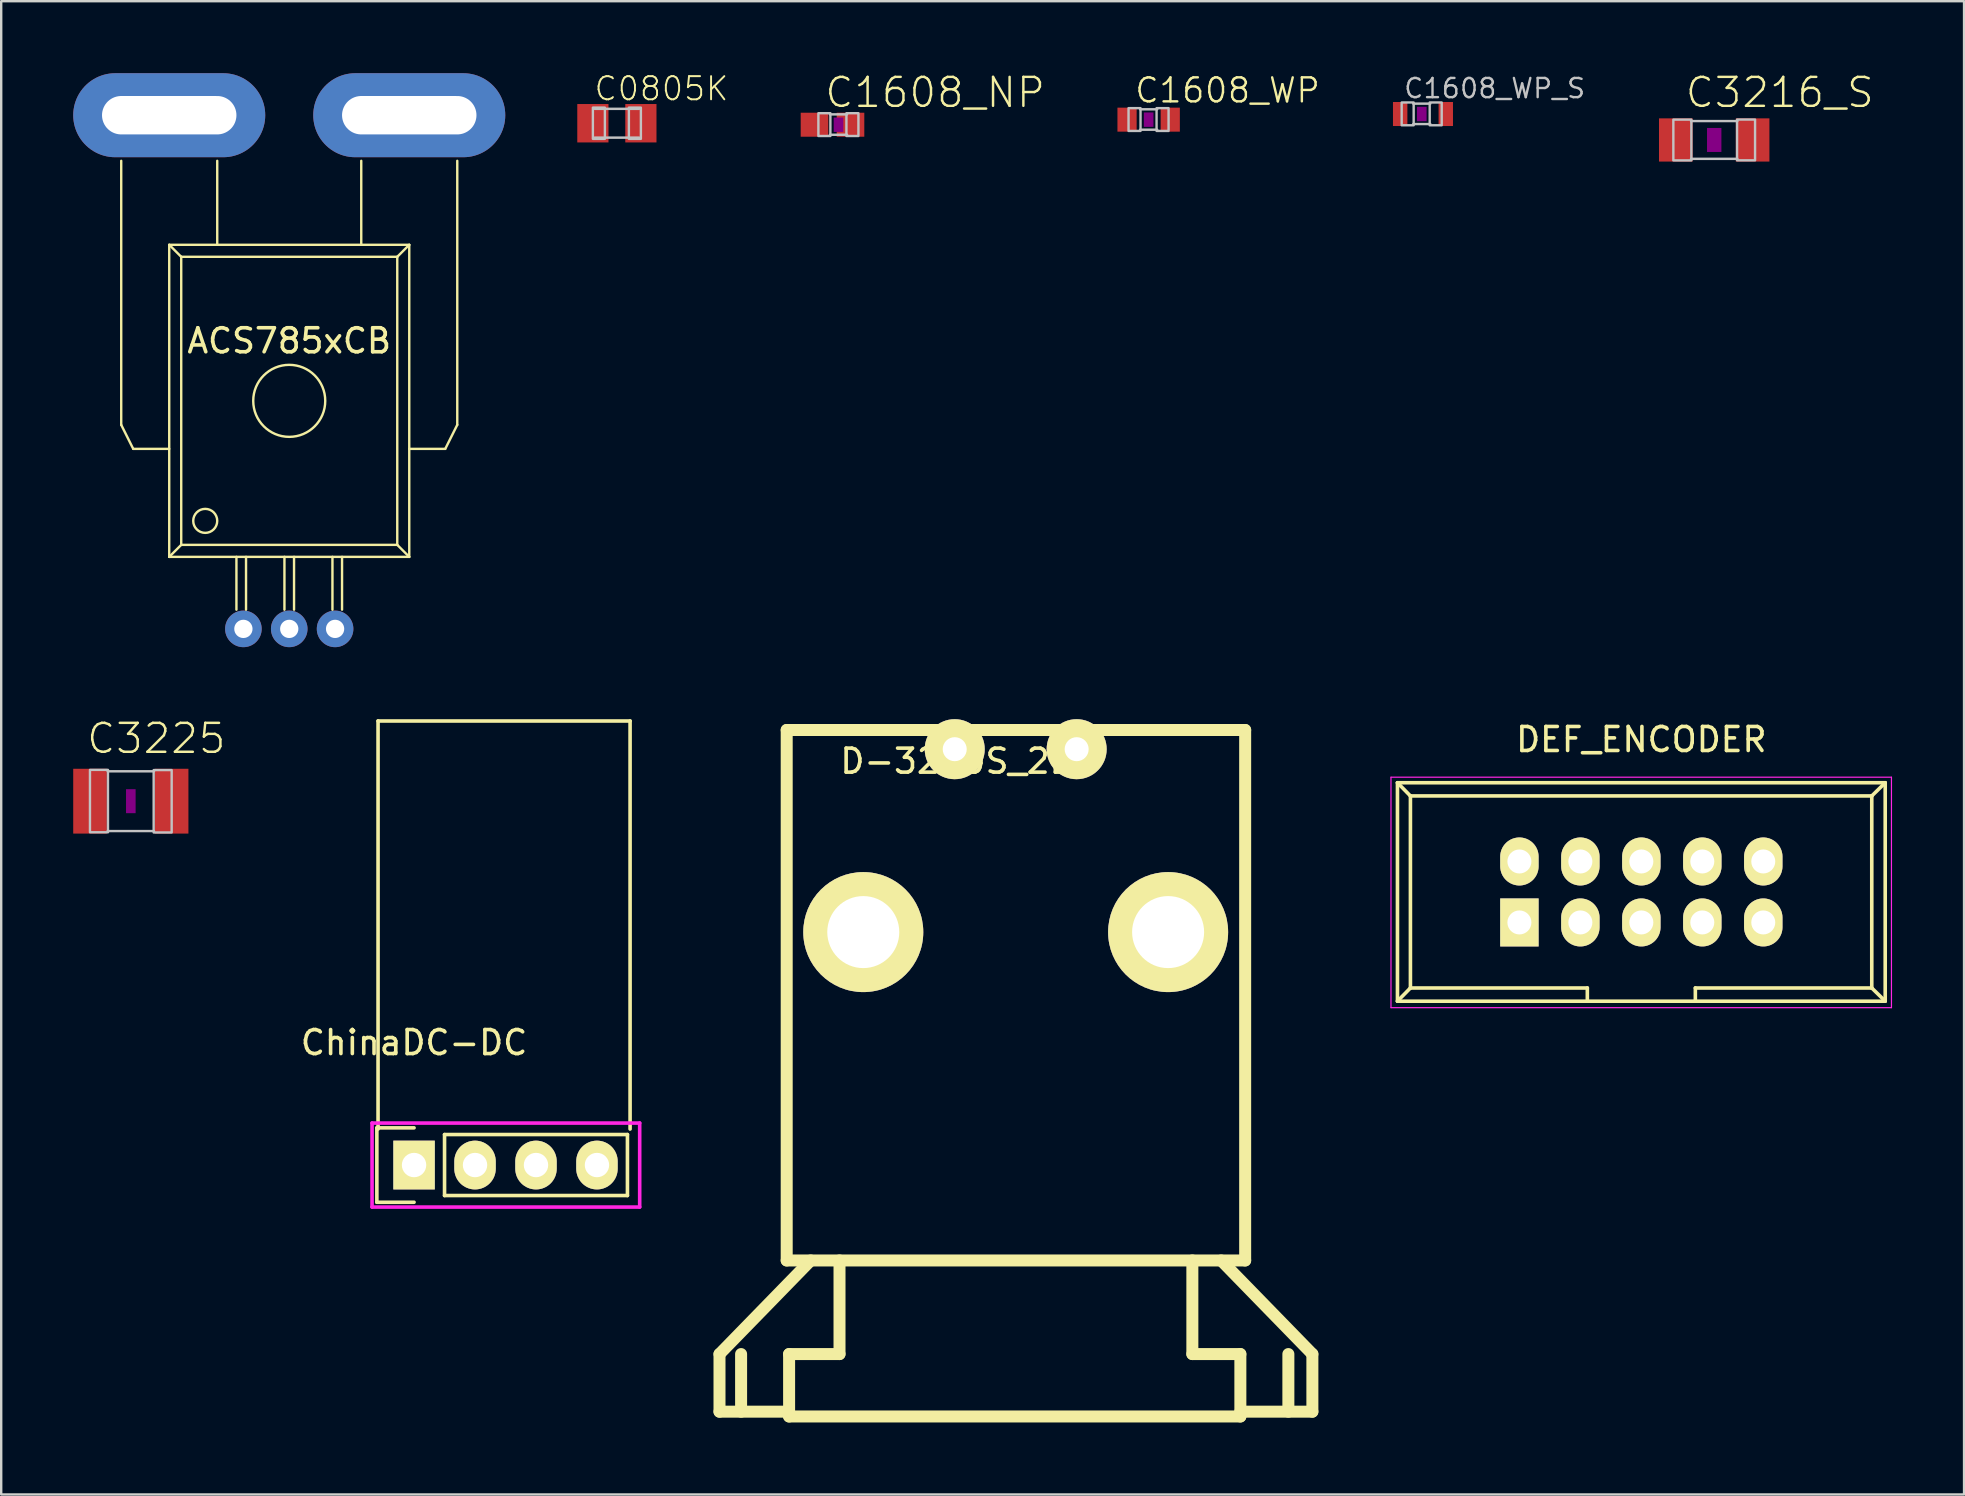
<source format=kicad_pcb>
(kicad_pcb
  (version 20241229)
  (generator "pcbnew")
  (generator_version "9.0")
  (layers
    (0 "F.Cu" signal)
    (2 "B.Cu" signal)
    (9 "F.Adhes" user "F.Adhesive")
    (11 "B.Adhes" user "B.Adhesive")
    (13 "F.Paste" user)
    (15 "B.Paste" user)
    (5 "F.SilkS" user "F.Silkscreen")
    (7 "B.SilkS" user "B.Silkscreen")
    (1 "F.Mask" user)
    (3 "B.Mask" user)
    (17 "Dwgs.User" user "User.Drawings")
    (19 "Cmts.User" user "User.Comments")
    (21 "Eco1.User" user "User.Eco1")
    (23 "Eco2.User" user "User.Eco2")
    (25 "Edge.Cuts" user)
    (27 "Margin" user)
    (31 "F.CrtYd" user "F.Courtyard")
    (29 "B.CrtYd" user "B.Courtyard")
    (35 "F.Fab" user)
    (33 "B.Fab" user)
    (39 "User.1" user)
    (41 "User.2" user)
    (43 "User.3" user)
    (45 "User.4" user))
  (footprint "ChinaDC-DC"
    (layer "F.Cu")
    (at 14.2 45.487)
    (property "Reference" "ChinaDC-DC" (at 0 -5.1 0) (layer "F.SilkS") (effects (font (size 1 1) (thickness 0.15))))
    (attr through_hole)
    (fp_line (start -1.55 -1.55) (end -1.55 1.55) (stroke (width 0.15) (type solid)) (layer "F.SilkS"))
    (fp_line (start -1.55 1.55) (end 0 1.55) (stroke (width 0.15) (type solid)) (layer "F.SilkS"))
    (fp_line (start -1.5 -1.5) (end -1.5 -18.5) (stroke (width 0.15) (type solid)) (layer "F.SilkS"))
    (fp_line (start 0 -1.55) (end -1.55 -1.55) (stroke (width 0.15) (type solid)) (layer "F.SilkS"))
    (fp_line (start 1.27 -1.27) (end 8.89 -1.27) (stroke (width 0.15) (type solid)) (layer "F.SilkS"))
    (fp_line (start 1.27 1.27) (end 1.27 -1.27) (stroke (width 0.15) (type solid)) (layer "F.SilkS"))
    (fp_line (start 1.27 1.27) (end 8.89 1.27) (stroke (width 0.15) (type solid)) (layer "F.SilkS"))
    (fp_line (start 8.89 -1.27) (end 8.89 1.27) (stroke (width 0.15) (type solid)) (layer "F.SilkS"))
    (fp_line (start 9 -18.5) (end -1.5 -18.5) (stroke (width 0.15) (type solid)) (layer "F.SilkS"))
    (fp_line (start 9 -1.5) (end 9 -18.5) (stroke (width 0.15) (type solid)) (layer "F.SilkS"))
    (fp_line (start -1.75 -1.75) (end -1.75 1.75) (stroke (width 0.15) (type solid)) (layer "F.CrtYd"))
    (fp_line (start -1.75 -1.75) (end 9.4 -1.75) (stroke (width 0.15) (type solid)) (layer "F.CrtYd"))
    (fp_line (start -1.75 1.75) (end 9.4 1.75) (stroke (width 0.15) (type solid)) (layer "F.CrtYd"))
    (fp_line (start 9.4 -1.75) (end 9.4 1.75) (stroke (width 0.15) (type solid)) (layer "F.CrtYd"))
    (pad "1" thru_hole rect (at 0 0) (size 1.727 2.032) (drill 1.016) (layers "*.Cu" "*.Mask" "F.SilkS"))
    (pad "2" thru_hole oval (at 2.54 0) (size 1.727 2.032) (drill 1.016) (layers "*.Cu" "*.Mask" "F.SilkS"))
    (pad "3" thru_hole oval (at 5.08 0) (size 1.727 2.032) (drill 1.016) (layers "*.Cu" "*.Mask" "F.SilkS"))
    (pad "4" thru_hole oval (at 7.62 0) (size 1.727 2.032) (drill 1.016) (layers "*.Cu" "*.Mask" "F.SilkS")))
  (footprint "C1608_WP"
    (layer "F.Cu")
    (at 44.804 1.935)
    (property "Reference" "C1608_WP" (at -0.635 -0.635 0) (layer "F.SilkS") (effects (font (size 1 1) (thickness 0.1)) (justify left bottom)))
    (attr through_hole)
    (fp_poly (pts (xy -0.2 0.3) (xy 0.2 0.3) (xy 0.2 -0.3) (xy -0.2 -0.3)) (stroke (width 0) (type solid)) (fill yes) (layer "F.Adhes"))
    (fp_line (start -0.356 -0.432) (end 0.356 -0.432) (stroke (width 0.102) (type solid)) (layer "Dwgs.User"))
    (fp_line (start -0.356 0.419) (end 0.356 0.419) (stroke (width 0.102) (type solid)) (layer "Dwgs.User"))
    (fp_poly (pts (xy -0.838 0.47) (xy -0.338 0.47) (xy -0.338 -0.48) (xy -0.838 -0.48)) (stroke (width 0.1) (type solid)) (fill no) (layer "Dwgs.User"))
    (fp_poly (pts (xy 0.33 0.47) (xy 0.83 0.47) (xy 0.83 -0.48) (xy 0.33 -0.48)) (stroke (width 0.1) (type solid)) (fill no) (layer "Dwgs.User"))
    (pad "1" smd rect (at -0.9 0) (size 0.8 1) (layers "F.Cu" "F.Mask" "F.Paste"))
    (pad "2" smd rect (at 0.9 0) (size 0.8 1) (layers "F.Cu" "F.Mask" "F.Paste")))
  (footprint "C3225"
    (layer "F.Cu")
    (at 2.4 30.328)
    (property "Reference" "C3225" (at -1.905 -1.905 0) (layer "F.SilkS") (effects (font (size 1.206 1.206) (thickness 0.102)) (justify left bottom)))
    (attr through_hole)
    (fp_poly (pts (xy -0.2 0.5) (xy 0.2 0.5) (xy 0.2 -0.5) (xy -0.2 -0.5)) (stroke (width 0) (type solid)) (fill yes) (layer "F.Adhes"))
    (fp_line (start -0.965 -1.245) (end 0.965 -1.245) (stroke (width 0.102) (type solid)) (layer "Dwgs.User"))
    (fp_line (start -0.965 1.245) (end 0.965 1.245) (stroke (width 0.102) (type solid)) (layer "Dwgs.User"))
    (fp_poly (pts (xy -1.702 1.295) (xy -0.952 1.295) (xy -0.952 -1.304) (xy -1.702 -1.304)) (stroke (width 0.1) (type solid)) (fill no) (layer "Dwgs.User"))
    (fp_poly (pts (xy 0.952 1.304) (xy 1.702 1.304) (xy 1.702 -1.295) (xy 0.952 -1.295)) (stroke (width 0.1) (type solid)) (fill no) (layer "Dwgs.User"))
    (pad "1" smd rect (at -1.7 0) (size 1.4 2.7) (layers "F.Cu" "F.Mask" "F.Paste"))
    (pad "2" smd rect (at 1.7 0) (size 1.4 2.7) (layers "F.Cu" "F.Mask" "F.Paste")))
  (footprint "D-3200S_2L"
    (layer "F.Cu")
    (at 36.725 28.162)
    (property "Reference" "D-3200S_2L" (at 0 0.5 0) (layer "F.SilkS") (effects (font (size 1 1) (thickness 0.15))))
    (attr through_hole)
    (fp_line (start -9.8 25.2) (end -6 21.3) (stroke (width 0.5) (type solid)) (layer "F.SilkS"))
    (fp_line (start -9.8 27.6) (end -9.8 25.2) (stroke (width 0.5) (type solid)) (layer "F.SilkS"))
    (fp_line (start -8.9 25.2) (end -8.9 27.6) (stroke (width 0.5) (type solid)) (layer "F.SilkS"))
    (fp_line (start -7 -0.8) (end -7 21.3) (stroke (width 0.5) (type solid)) (layer "F.SilkS"))
    (fp_line (start -7 -0.8) (end 12.1 -0.8) (stroke (width 0.5) (type solid)) (layer "F.SilkS"))
    (fp_line (start -6.9 25.2) (end -6.9 27.8) (stroke (width 0.5) (type solid)) (layer "F.SilkS"))
    (fp_line (start -6.9 25.2) (end -4.8 25.2) (stroke (width 0.5) (type solid)) (layer "F.SilkS"))
    (fp_line (start -6.9 27.6) (end -9.8 27.6) (stroke (width 0.5) (type solid)) (layer "F.SilkS"))
    (fp_line (start -6.9 27.8) (end 11.9 27.8) (stroke (width 0.5) (type solid)) (layer "F.SilkS"))
    (fp_line (start -4.8 25.2) (end -4.8 21.3) (stroke (width 0.5) (type solid)) (layer "F.SilkS"))
    (fp_line (start 9.9 25.2) (end 9.9 21.3) (stroke (width 0.5) (type solid)) (layer "F.SilkS"))
    (fp_line (start 11.9 25.2) (end 9.9 25.2) (stroke (width 0.5) (type solid)) (layer "F.SilkS"))
    (fp_line (start 11.9 25.2) (end 11.9 27.8) (stroke (width 0.5) (type solid)) (layer "F.SilkS"))
    (fp_line (start 11.9 27.6) (end 14.9 27.6) (stroke (width 0.5) (type solid)) (layer "F.SilkS"))
    (fp_line (start 12.1 -0.8) (end 12.1 21.3) (stroke (width 0.5) (type solid)) (layer "F.SilkS"))
    (fp_line (start 12.1 21.3) (end -7 21.3) (stroke (width 0.5) (type solid)) (layer "F.SilkS"))
    (fp_line (start 13.9 25.2) (end 13.9 27.6) (stroke (width 0.5) (type solid)) (layer "F.SilkS"))
    (fp_line (start 14.9 25.2) (end 11.1 21.3) (stroke (width 0.5) (type solid)) (layer "F.SilkS"))
    (fp_line (start 14.9 27.6) (end 14.9 25.2) (stroke (width 0.5) (type solid)) (layer "F.SilkS"))
    (pad "" thru_hole circle (at -3.81 7.62) (size 5 5) (drill 3) (layers "*.Cu" "*.Mask" "F.SilkS"))
    (pad "" thru_hole circle (at 8.89 7.62) (size 5 5) (drill 3) (layers "*.Cu" "*.Mask" "F.SilkS"))
    (pad "1" thru_hole circle (at 0 0) (size 2.5 2.5) (drill 1) (layers "*.Cu" "*.Mask" "F.SilkS"))
    (pad "2" thru_hole circle (at 5.08 0) (size 2.5 2.5) (drill 1) (layers "*.Cu" "*.Mask" "F.SilkS")))
  (footprint "C1608_NP"
    (layer "F.Cu")
    (at 31.883 2.146)
    (property "Reference" "C1608_NP" (at -0.635 -0.635 0) (layer "F.SilkS") (effects (font (size 1.206 1.206) (thickness 0.102)) (justify left bottom)))
    (attr through_hole)
    (fp_poly (pts (xy -0.2 0.3) (xy 0.2 0.3) (xy 0.2 -0.3) (xy -0.2 -0.3)) (stroke (width 0) (type solid)) (fill yes) (layer "F.Adhes"))
    (fp_line (start -0.356 -0.432) (end 0.356 -0.432) (stroke (width 0.102) (type solid)) (layer "Dwgs.User"))
    (fp_line (start -0.356 0.419) (end 0.356 0.419) (stroke (width 0.102) (type solid)) (layer "Dwgs.User"))
    (fp_poly (pts (xy -0.838 0.47) (xy -0.338 0.47) (xy -0.338 -0.48) (xy -0.838 -0.48)) (stroke (width 0.1) (type solid)) (fill no) (layer "Dwgs.User"))
    (fp_poly (pts (xy 0.33 0.47) (xy 0.83 0.47) (xy 0.83 -0.48) (xy 0.33 -0.48)) (stroke (width 0.1) (type solid)) (fill no) (layer "Dwgs.User"))
    (pad "1" smd rect (at -1 0) (size 1.15 1) (layers "F.Cu" "F.Mask" "F.Paste"))
    (pad "2" smd rect (at 0.5 0) (size 1.15 1) (layers "F.Cu" "F.Mask" "F.Paste")))
  (footprint "C3216_S"
    (layer "F.Cu")
    (at 68.366 2.781)
    (property "Reference" "C3216_S" (at -1.27 -1.27 0) (layer "F.SilkS") (effects (font (size 1.206 1.206) (thickness 0.102)) (justify left bottom)))
    (attr through_hole)
    (fp_poly (pts (xy -0.3 0.5) (xy 0.3 0.5) (xy 0.3 -0.5) (xy -0.3 -0.5)) (stroke (width 0) (type solid)) (fill yes) (layer "F.Adhes"))
    (fp_line (start -0.965 -0.787) (end 0.965 -0.787) (stroke (width 0.102) (type solid)) (layer "Dwgs.User"))
    (fp_line (start -0.965 0.787) (end 0.965 0.787) (stroke (width 0.102) (type solid)) (layer "Dwgs.User"))
    (fp_poly (pts (xy -1.702 0.851) (xy -0.952 0.851) (xy -0.952 -0.849) (xy -1.702 -0.849)) (stroke (width 0.1) (type solid)) (fill no) (layer "Dwgs.User"))
    (fp_poly (pts (xy 0.952 0.849) (xy 1.702 0.849) (xy 1.702 -0.851) (xy 0.952 -0.851)) (stroke (width 0.1) (type solid)) (fill no) (layer "Dwgs.User"))
    (pad "1" smd rect (at -1.6 0) (size 1.4 1.8) (layers "F.Cu" "F.Mask" "F.Paste"))
    (pad "2" smd rect (at 1.6 0) (size 1.4 1.8) (layers "F.Cu" "F.Mask" "F.Paste")))
  (footprint "C0805K"
    (layer "F.Cu")
    (at 22.65 2.084)
    (property "Reference" "C0805K" (at -1 -0.875 0) (layer "F.SilkS") (effects (font (size 0.965 0.965) (thickness 0.081)) (justify left bottom)))
    (attr through_hole)
    (fp_line (start -0.925 -0.6) (end 0.925 -0.6) (stroke (width 0.102) (type solid)) (layer "Dwgs.User"))
    (fp_line (start 0.925 0.6) (end -0.925 0.6) (stroke (width 0.102) (type solid)) (layer "Dwgs.User"))
    (fp_poly (pts (xy -1 0.65) (xy -0.5 0.65) (xy -0.5 -0.65) (xy -1 -0.65)) (stroke (width 0.1) (type solid)) (fill no) (layer "Dwgs.User"))
    (fp_poly (pts (xy 0.5 0.65) (xy 1 0.65) (xy 1 -0.65) (xy 0.5 -0.65)) (stroke (width 0.1) (type solid)) (fill no) (layer "Dwgs.User"))
    (pad "1" smd rect (at -1 0) (size 1.3 1.6) (layers "F.Cu" "F.Mask" "F.Paste"))
    (pad "2" smd rect (at 1 0) (size 1.3 1.6) (layers "F.Cu" "F.Mask" "F.Paste")))
  (footprint "ACS785xCB"
    (layer "F.Cu")
    (at 9 23.15)
    (property "Reference" "ACS785xCB" (at 0 -12 0) (layer "F.SilkS") (effects (font (size 1 1) (thickness 0.15))))
    (attr through_hole)
    (fp_line (start -7 -8.5) (end -7 -19.5) (stroke (width 0.1) (type solid)) (layer "F.SilkS"))
    (fp_line (start -7 -8.5) (end -6.5 -7.5) (stroke (width 0.1) (type solid)) (layer "F.SilkS"))
    (fp_line (start -6.5 -7.5) (end -5 -7.5) (stroke (width 0.1) (type solid)) (layer "F.SilkS"))
    (fp_line (start -5 -16) (end -5 -3) (stroke (width 0.1) (type solid)) (layer "F.SilkS"))
    (fp_line (start -5 -16) (end -4.5 -15.5) (stroke (width 0.1) (type solid)) (layer "F.SilkS"))
    (fp_line (start -5 -16) (end 5 -16) (stroke (width 0.1) (type solid)) (layer "F.SilkS"))
    (fp_line (start -4.5 -15.5) (end 4.5 -15.5) (stroke (width 0.1) (type solid)) (layer "F.SilkS"))
    (fp_line (start -4.5 -3.5) (end -5 -3) (stroke (width 0.1) (type solid)) (layer "F.SilkS"))
    (fp_line (start -4.5 -3.5) (end -4.5 -15.5) (stroke (width 0.1) (type solid)) (layer "F.SilkS"))
    (fp_line (start -3 -19.5) (end -3 -16) (stroke (width 0.1) (type solid)) (layer "F.SilkS"))
    (fp_line (start -2.2 -3) (end -2.2 -0.8) (stroke (width 0.1) (type solid)) (layer "F.SilkS"))
    (fp_line (start -1.8 -3) (end -1.8 -0.8) (stroke (width 0.1) (type solid)) (layer "F.SilkS"))
    (fp_line (start -0.2 -3) (end -0.2 -0.8) (stroke (width 0.1) (type solid)) (layer "F.SilkS"))
    (fp_line (start 0.2 -3) (end 0.2 -0.8) (stroke (width 0.1) (type solid)) (layer "F.SilkS"))
    (fp_line (start 1.8 -3) (end 1.8 -0.8) (stroke (width 0.1) (type solid)) (layer "F.SilkS"))
    (fp_line (start 2.2 -3) (end 2.2 -0.8) (stroke (width 0.1) (type solid)) (layer "F.SilkS"))
    (fp_line (start 3 -19.5) (end 3 -16) (stroke (width 0.1) (type solid)) (layer "F.SilkS"))
    (fp_line (start 4.5 -15.5) (end 4.5 -3.5) (stroke (width 0.1) (type solid)) (layer "F.SilkS"))
    (fp_line (start 4.5 -15.5) (end 5 -16) (stroke (width 0.1) (type solid)) (layer "F.SilkS"))
    (fp_line (start 4.5 -3.5) (end -4.5 -3.5) (stroke (width 0.1) (type solid)) (layer "F.SilkS"))
    (fp_line (start 4.5 -3.5) (end 5 -3) (stroke (width 0.1) (type solid)) (layer "F.SilkS"))
    (fp_line (start 5 -16) (end 5 -3) (stroke (width 0.1) (type solid)) (layer "F.SilkS"))
    (fp_line (start 5 -3) (end -5 -3) (stroke (width 0.1) (type solid)) (layer "F.SilkS"))
    (fp_line (start 6.5 -7.5) (end 5 -7.5) (stroke (width 0.1) (type solid)) (layer "F.SilkS"))
    (fp_line (start 6.5 -7.5) (end 7 -8.5) (stroke (width 0.1) (type solid)) (layer "F.SilkS"))
    (fp_line (start 7 -8.5) (end 7 -19.5) (stroke (width 0.1) (type solid)) (layer "F.SilkS"))
    (fp_circle (center -3.5 -4.5) (end -3 -4.5) (stroke (width 0.1) (type solid)) (fill no) (layer "F.SilkS"))
    (fp_circle (center 0 -9.5) (end 0 -11) (stroke (width 0.1) (type solid)) (fill no) (layer "F.SilkS"))
    (pad "1" thru_hole circle (at -1.91 0) (size 1.524 1.524) (drill 0.762) (layers "*.Cu" "*.Mask"))
    (pad "2" thru_hole circle (at 0 0) (size 1.524 1.524) (drill 0.762) (layers "*.Cu" "*.Mask"))
    (pad "3" thru_hole circle (at 1.91 0) (size 1.524 1.524) (drill 0.762) (layers "*.Cu" "*.Mask"))
    (pad "4" thru_hole oval (at 5 -21.4) (size 8 3.5) (drill oval 5.6 1.6) (layers "*.Cu" "*.Mask"))
    (pad "5" thru_hole oval (at -5 -21.4) (size 8 3.5) (drill oval 5.6 1.6) (layers "*.Cu" "*.Mask")))
  (footprint "DEF_ENCODER"
    (layer "F.Cu")
    (at 60.25 35.38)
    (property "Reference" "DEF_ENCODER" (at 5.08 -7.62 0) (layer "F.SilkS") (effects (font (size 1 1) (thickness 0.15))))
    (attr through_hole)
    (fp_line (start -5.08 -5.82) (end -5.08 3.28) (stroke (width 0.15) (type solid)) (layer "F.SilkS"))
    (fp_line (start -5.08 -5.82) (end -4.54 -5.27) (stroke (width 0.15) (type solid)) (layer "F.SilkS"))
    (fp_line (start -5.08 -5.82) (end 15.24 -5.82) (stroke (width 0.15) (type solid)) (layer "F.SilkS"))
    (fp_line (start -5.08 3.28) (end -4.54 2.73) (stroke (width 0.15) (type solid)) (layer "F.SilkS"))
    (fp_line (start -5.08 3.28) (end 15.24 3.28) (stroke (width 0.15) (type solid)) (layer "F.SilkS"))
    (fp_line (start -4.54 -5.27) (end -4.54 2.73) (stroke (width 0.15) (type solid)) (layer "F.SilkS"))
    (fp_line (start -4.54 -5.27) (end 14.68 -5.27) (stroke (width 0.15) (type solid)) (layer "F.SilkS"))
    (fp_line (start -4.54 2.73) (end 2.83 2.73) (stroke (width 0.15) (type solid)) (layer "F.SilkS"))
    (fp_line (start 2.83 2.73) (end 2.83 3.28) (stroke (width 0.15) (type solid)) (layer "F.SilkS"))
    (fp_line (start 7.33 2.73) (end 7.33 3.28) (stroke (width 0.15) (type solid)) (layer "F.SilkS"))
    (fp_line (start 7.33 2.73) (end 14.68 2.73) (stroke (width 0.15) (type solid)) (layer "F.SilkS"))
    (fp_line (start 14.68 -5.27) (end 14.68 2.73) (stroke (width 0.15) (type solid)) (layer "F.SilkS"))
    (fp_line (start 15.24 -5.82) (end 14.68 -5.27) (stroke (width 0.15) (type solid)) (layer "F.SilkS"))
    (fp_line (start 15.24 -5.82) (end 15.24 3.28) (stroke (width 0.15) (type solid)) (layer "F.SilkS"))
    (fp_line (start 15.24 3.28) (end 14.68 2.73) (stroke (width 0.15) (type solid)) (layer "F.SilkS"))
    (fp_line (start -5.35 -6.05) (end 15.5 -6.05) (stroke (width 0.05) (type solid)) (layer "F.CrtYd"))
    (fp_line (start -5.35 3.55) (end -5.35 -6.05) (stroke (width 0.05) (type solid)) (layer "F.CrtYd"))
    (fp_line (start 15.5 -6.05) (end 15.5 3.55) (stroke (width 0.05) (type solid)) (layer "F.CrtYd"))
    (fp_line (start 15.5 3.55) (end -5.35 3.55) (stroke (width 0.05) (type solid)) (layer "F.CrtYd"))
    (pad "1" thru_hole rect (at 0 0) (size 1.6 2) (drill 1) (layers "*.Cu" "*.Mask" "F.SilkS"))
    (pad "2" thru_hole oval (at 0 -2.54) (size 1.6 2) (drill 1) (layers "*.Cu" "*.Mask" "F.SilkS"))
    (pad "3" thru_hole oval (at 2.54 0) (size 1.6 2) (drill 1) (layers "*.Cu" "*.Mask" "F.SilkS"))
    (pad "4" thru_hole oval (at 2.54 -2.54) (size 1.6 2) (drill 1) (layers "*.Cu" "*.Mask" "F.SilkS"))
    (pad "5" thru_hole oval (at 5.08 0) (size 1.6 2) (drill 1) (layers "*.Cu" "*.Mask" "F.SilkS"))
    (pad "6" thru_hole oval (at 5.08 -2.54) (size 1.6 2) (drill 1) (layers "*.Cu" "*.Mask" "F.SilkS"))
    (pad "7" thru_hole oval (at 7.62 0) (size 1.6 2) (drill 1) (layers "*.Cu" "*.Mask" "F.SilkS"))
    (pad "8" thru_hole oval (at 7.62 -2.54) (size 1.6 2) (drill 1) (layers "*.Cu" "*.Mask" "F.SilkS"))
    (pad "9" thru_hole oval (at 10.16 0) (size 1.6 2) (drill 1) (layers "*.Cu" "*.Mask" "F.SilkS"))
    (pad "10" thru_hole oval (at 10.16 -2.54) (size 1.6 2) (drill 1) (layers "*.Cu" "*.Mask" "F.SilkS")))
  (footprint "C1608_WP_S"
    (layer "F.Cu")
    (at 56.183 1.7)
    (property "Reference" "C1608_WP_S" (at -0.8 -0.6 0) (layer "Dwgs.User") (effects (font (size 0.8 0.8) (thickness 0.1)) (justify left bottom)))
    (attr through_hole)
    (fp_poly (pts (xy -0.2 0.3) (xy 0.2 0.3) (xy 0.2 -0.3) (xy -0.2 -0.3)) (stroke (width 0) (type solid)) (fill yes) (layer "F.Adhes"))
    (fp_line (start -0.356 -0.432) (end 0.356 -0.432) (stroke (width 0.102) (type solid)) (layer "Dwgs.User"))
    (fp_line (start -0.356 0.419) (end 0.356 0.419) (stroke (width 0.102) (type solid)) (layer "Dwgs.User"))
    (fp_poly (pts (xy -0.838 0.47) (xy -0.338 0.47) (xy -0.338 -0.48) (xy -0.838 -0.48)) (stroke (width 0.1) (type solid)) (fill no) (layer "Dwgs.User"))
    (fp_poly (pts (xy 0.33 0.47) (xy 0.83 0.47) (xy 0.83 -0.48) (xy 0.33 -0.48)) (stroke (width 0.1) (type solid)) (fill no) (layer "Dwgs.User"))
    (pad "1" smd rect (at -0.9 0) (size 0.6 1) (layers "F.Cu" "F.Mask" "F.Paste"))
    (pad "2" smd rect (at 1 0) (size 0.6 1) (layers "F.Cu" "F.Mask" "F.Paste")))
  (gr_rect
    (start -3 -3)
    (end 78.775 59.212)
    (stroke (width 0.1) (type default))
    (fill no)
    (layer "Edge.Cuts")))
</source>
